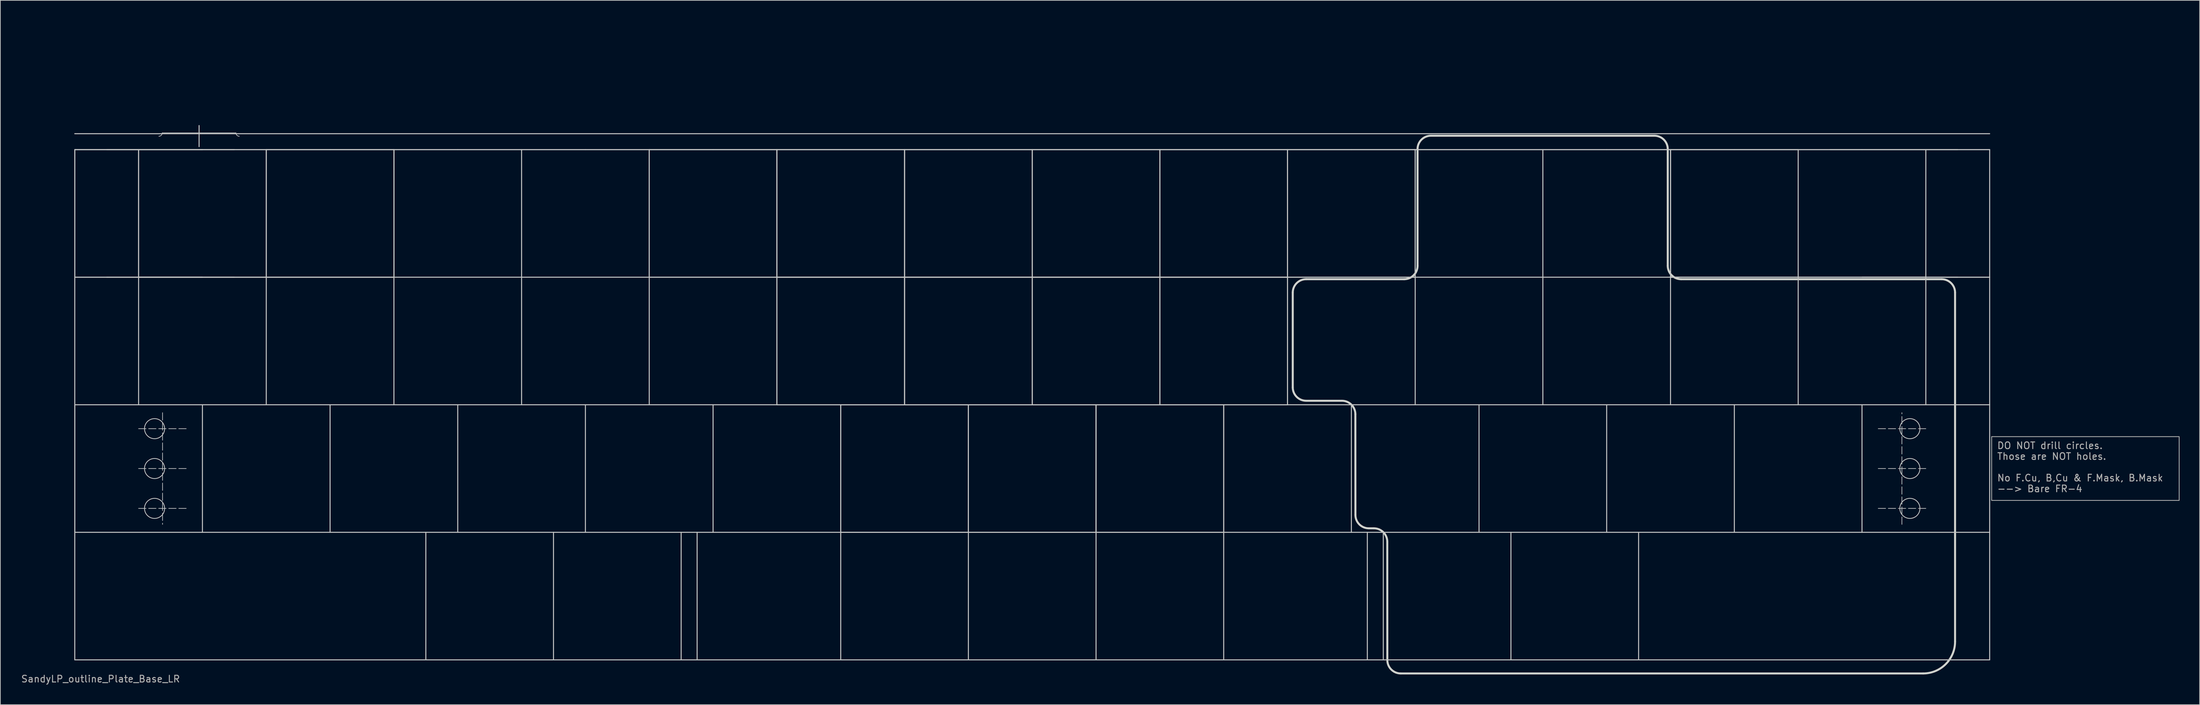
<source format=kicad_pcb>
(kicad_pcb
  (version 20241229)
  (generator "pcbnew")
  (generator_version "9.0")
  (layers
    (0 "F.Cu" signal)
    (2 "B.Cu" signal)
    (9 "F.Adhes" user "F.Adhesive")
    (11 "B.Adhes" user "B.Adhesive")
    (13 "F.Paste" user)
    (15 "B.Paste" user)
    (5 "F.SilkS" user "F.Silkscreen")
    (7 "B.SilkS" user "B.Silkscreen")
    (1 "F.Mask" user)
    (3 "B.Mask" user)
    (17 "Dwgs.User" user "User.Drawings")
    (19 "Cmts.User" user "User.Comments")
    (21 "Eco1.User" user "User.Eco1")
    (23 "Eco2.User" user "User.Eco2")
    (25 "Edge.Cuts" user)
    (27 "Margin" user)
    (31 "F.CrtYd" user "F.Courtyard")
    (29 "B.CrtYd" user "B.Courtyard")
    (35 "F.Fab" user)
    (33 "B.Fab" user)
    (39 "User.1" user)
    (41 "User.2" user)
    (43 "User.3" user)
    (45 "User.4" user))
  (footprint "SandyLP_outline_Plate_Base_LR"
    (layer "F.Cu")
    (at 8.108 0.25)
    (property "Reference" "SandyLP_outline_Plate_Base_LR" (at 3.85 98.1 0) (layer "F.Fab") (effects (font (size 1 1) (thickness 0.15))))
    (attr through_hole)
    (fp_circle (center 273.844 60.722) (end 275.344 60.722) (stroke (width 0.1) (type solid)) (fill yes) (layer "F.Mask"))
    (fp_circle (center 273.844 66.675) (end 275.344 66.675) (stroke (width 0.1) (type solid)) (fill yes) (layer "F.Mask"))
    (fp_circle (center 273.844 72.628) (end 275.344 72.628) (stroke (width 0.1) (type solid)) (fill yes) (layer "F.Mask"))
    (fp_circle (center 273.844 60.722) (end 275.344 60.722) (stroke (width 0.1) (type solid)) (fill yes) (layer "B.Mask"))
    (fp_circle (center 273.844 66.675) (end 275.344 66.675) (stroke (width 0.1) (type solid)) (fill yes) (layer "B.Mask"))
    (fp_circle (center 273.844 72.628) (end 275.344 72.628) (stroke (width 0.1) (type solid)) (fill yes) (layer "B.Mask"))
    (fp_line (start 0 19.05) (end 0 38.1) (stroke (width 0.15) (type solid)) (layer "Dwgs.User"))
    (fp_line (start 0 19.05) (end 0 38.1) (stroke (width 0.15) (type solid)) (layer "Dwgs.User"))
    (fp_line (start 0 38.1) (end 19.05 38.1) (stroke (width 0.15) (type solid)) (layer "Dwgs.User"))
    (fp_line (start 0 57.15) (end 0 38.1) (stroke (width 0.15) (type solid)) (layer "Dwgs.User"))
    (fp_line (start 0 57.15) (end 104.775 57.15) (stroke (width 0.15) (type solid)) (layer "Dwgs.User"))
    (fp_line (start 0 76.2) (end 0 57.15) (stroke (width 0.15) (type solid)) (layer "Dwgs.User"))
    (fp_line (start 0 76.2) (end 0 57.15) (stroke (width 0.15) (type solid)) (layer "Dwgs.User"))
    (fp_line (start 0 76.2) (end 0 95.25) (stroke (width 0.15) (type solid)) (layer "Dwgs.User"))
    (fp_line (start 0 95.25) (end 285.75 95.25) (stroke (width 0.15) (type solid)) (layer "Dwgs.User"))
    (fp_line (start 4.763 19.05) (end 23.812 19.05) (stroke (width 0.15) (type solid)) (layer "Dwgs.User"))
    (fp_line (start 9.525 38.1) (end 9.525 19.05) (stroke (width 0.15) (type solid)) (layer "Dwgs.User"))
    (fp_line (start 9.525 38.1) (end 9.525 19.05) (stroke (width 0.15) (type solid)) (layer "Dwgs.User"))
    (fp_line (start 9.525 38.1) (end 9.525 57.15) (stroke (width 0.15) (type solid)) (layer "Dwgs.User"))
    (fp_line (start 9.525 60.722) (end 16.669 60.722) (stroke (width 0.1) (type dash)) (layer "Dwgs.User"))
    (fp_line (start 9.525 66.675) (end 16.669 66.675) (stroke (width 0.1) (type dash)) (layer "Dwgs.User"))
    (fp_line (start 9.525 72.628) (end 16.669 72.628) (stroke (width 0.1) (type dash)) (layer "Dwgs.User"))
    (fp_line (start 13.05 16.55) (end 24.05 16.55) (stroke (width 0.1) (type solid)) (layer "Dwgs.User"))
    (fp_line (start 13.097 58.341) (end 13.097 75.009) (stroke (width 0.1) (type dash)) (layer "Dwgs.User"))
    (fp_line (start 18.55 15.45) (end 18.55 18.6) (stroke (width 0.15) (type solid)) (layer "Dwgs.User"))
    (fp_line (start 19.05 19.05) (end 0 19.05) (stroke (width 0.15) (type solid)) (layer "Dwgs.User"))
    (fp_line (start 19.05 19.05) (end 0 19.05) (stroke (width 0.15) (type solid)) (layer "Dwgs.User"))
    (fp_line (start 19.05 38.1) (end 0 38.1) (stroke (width 0.15) (type solid)) (layer "Dwgs.User"))
    (fp_line (start 19.05 57.15) (end 19.05 76.2) (stroke (width 0.15) (type solid)) (layer "Dwgs.User"))
    (fp_line (start 23.812 38.1) (end 4.763 38.1) (stroke (width 0.15) (type solid)) (layer "Dwgs.User"))
    (fp_line (start 28.575 19.05) (end 47.625 19.05) (stroke (width 0.15) (type solid)) (layer "Dwgs.User"))
    (fp_line (start 28.575 38.1) (end 9.525 38.1) (stroke (width 0.15) (type solid)) (layer "Dwgs.User"))
    (fp_line (start 28.575 38.1) (end 9.525 38.1) (stroke (width 0.15) (type solid)) (layer "Dwgs.User"))
    (fp_line (start 28.575 38.1) (end 9.525 38.1) (stroke (width 0.15) (type solid)) (layer "Dwgs.User"))
    (fp_line (start 28.575 38.1) (end 28.575 19.05) (stroke (width 0.15) (type solid)) (layer "Dwgs.User"))
    (fp_line (start 28.575 38.1) (end 28.575 19.05) (stroke (width 0.15) (type solid)) (layer "Dwgs.User"))
    (fp_line (start 28.575 38.1) (end 28.575 57.15) (stroke (width 0.15) (type solid)) (layer "Dwgs.User"))
    (fp_line (start 38.1 19.05) (end 19.05 19.05) (stroke (width 0.15) (type solid)) (layer "Dwgs.User"))
    (fp_line (start 38.1 57.15) (end 38.1 76.2) (stroke (width 0.15) (type solid)) (layer "Dwgs.User"))
    (fp_line (start 47.625 19.05) (end 47.625 38.1) (stroke (width 0.15) (type solid)) (layer "Dwgs.User"))
    (fp_line (start 47.625 19.05) (end 47.625 38.1) (stroke (width 0.15) (type solid)) (layer "Dwgs.User"))
    (fp_line (start 47.625 19.05) (end 47.625 38.1) (stroke (width 0.15) (type solid)) (layer "Dwgs.User"))
    (fp_line (start 47.625 38.1) (end 28.575 38.1) (stroke (width 0.15) (type solid)) (layer "Dwgs.User"))
    (fp_line (start 47.625 38.1) (end 28.575 38.1) (stroke (width 0.15) (type solid)) (layer "Dwgs.User"))
    (fp_line (start 47.625 38.1) (end 28.575 38.1) (stroke (width 0.15) (type solid)) (layer "Dwgs.User"))
    (fp_line (start 47.625 38.1) (end 47.625 57.15) (stroke (width 0.15) (type solid)) (layer "Dwgs.User"))
    (fp_line (start 47.625 38.1) (end 85.725 38.1) (stroke (width 0.15) (type solid)) (layer "Dwgs.User"))
    (fp_line (start 52.388 76.2) (end 52.388 95.25) (stroke (width 0.15) (type solid)) (layer "Dwgs.User"))
    (fp_line (start 57.15 19.05) (end 38.1 19.05) (stroke (width 0.15) (type solid)) (layer "Dwgs.User"))
    (fp_line (start 57.15 57.15) (end 57.15 76.2) (stroke (width 0.15) (type solid)) (layer "Dwgs.User"))
    (fp_line (start 66.675 19.05) (end 66.675 38.1) (stroke (width 0.15) (type solid)) (layer "Dwgs.User"))
    (fp_line (start 66.675 38.1) (end 66.675 57.15) (stroke (width 0.15) (type solid)) (layer "Dwgs.User"))
    (fp_line (start 71.438 76.2) (end 71.438 95.25) (stroke (width 0.15) (type solid)) (layer "Dwgs.User"))
    (fp_line (start 76.2 19.05) (end 57.15 19.05) (stroke (width 0.15) (type solid)) (layer "Dwgs.User"))
    (fp_line (start 76.2 57.15) (end 76.2 76.2) (stroke (width 0.15) (type solid)) (layer "Dwgs.User"))
    (fp_line (start 85.725 19.05) (end 104.775 19.05) (stroke (width 0.15) (type solid)) (layer "Dwgs.User"))
    (fp_line (start 85.725 38.1) (end 85.725 19.05) (stroke (width 0.15) (type solid)) (layer "Dwgs.User"))
    (fp_line (start 85.725 38.1) (end 85.725 19.05) (stroke (width 0.15) (type solid)) (layer "Dwgs.User"))
    (fp_line (start 85.725 38.1) (end 85.725 57.15) (stroke (width 0.15) (type solid)) (layer "Dwgs.User"))
    (fp_line (start 90.487 76.2) (end 90.487 95.25) (stroke (width 0.15) (type solid)) (layer "Dwgs.User"))
    (fp_line (start 92.869 76.2) (end 92.869 95.25) (stroke (width 0.15) (type solid)) (layer "Dwgs.User"))
    (fp_line (start 95.25 19.05) (end 76.2 19.05) (stroke (width 0.15) (type solid)) (layer "Dwgs.User"))
    (fp_line (start 95.25 57.15) (end 95.25 76.2) (stroke (width 0.15) (type solid)) (layer "Dwgs.User"))
    (fp_line (start 104.775 19.05) (end 104.775 38.1) (stroke (width 0.15) (type solid)) (layer "Dwgs.User"))
    (fp_line (start 104.775 19.05) (end 123.825 19.05) (stroke (width 0.15) (type solid)) (layer "Dwgs.User"))
    (fp_line (start 104.775 38.1) (end 85.725 38.1) (stroke (width 0.15) (type solid)) (layer "Dwgs.User"))
    (fp_line (start 104.775 38.1) (end 85.725 38.1) (stroke (width 0.15) (type solid)) (layer "Dwgs.User"))
    (fp_line (start 104.775 38.1) (end 104.775 19.05) (stroke (width 0.15) (type solid)) (layer "Dwgs.User"))
    (fp_line (start 104.775 38.1) (end 104.775 19.05) (stroke (width 0.15) (type solid)) (layer "Dwgs.User"))
    (fp_line (start 104.775 38.1) (end 123.825 38.1) (stroke (width 0.15) (type solid)) (layer "Dwgs.User"))
    (fp_line (start 104.775 38.1) (end 123.825 38.1) (stroke (width 0.15) (type solid)) (layer "Dwgs.User"))
    (fp_line (start 104.775 57.15) (end 104.775 38.1) (stroke (width 0.15) (type solid)) (layer "Dwgs.User"))
    (fp_line (start 104.775 57.15) (end 104.775 38.1) (stroke (width 0.15) (type solid)) (layer "Dwgs.User"))
    (fp_line (start 114.3 19.05) (end 95.25 19.05) (stroke (width 0.15) (type solid)) (layer "Dwgs.User"))
    (fp_line (start 114.3 57.15) (end 133.35 57.15) (stroke (width 0.15) (type solid)) (layer "Dwgs.User"))
    (fp_line (start 114.3 57.15) (end 133.35 57.15) (stroke (width 0.15) (type solid)) (layer "Dwgs.User"))
    (fp_line (start 114.3 76.2) (end 0 76.2) (stroke (width 0.15) (type solid)) (layer "Dwgs.User"))
    (fp_line (start 114.3 76.2) (end 114.3 57.15) (stroke (width 0.15) (type solid)) (layer "Dwgs.User"))
    (fp_line (start 114.3 76.2) (end 114.3 57.15) (stroke (width 0.15) (type solid)) (layer "Dwgs.User"))
    (fp_line (start 114.3 76.2) (end 114.3 95.25) (stroke (width 0.15) (type solid)) (layer "Dwgs.User"))
    (fp_line (start 114.3 76.2) (end 133.35 76.2) (stroke (width 0.15) (type solid)) (layer "Dwgs.User"))
    (fp_line (start 123.825 19.05) (end 123.825 38.1) (stroke (width 0.15) (type solid)) (layer "Dwgs.User"))
    (fp_line (start 123.825 19.05) (end 123.825 38.1) (stroke (width 0.15) (type solid)) (layer "Dwgs.User"))
    (fp_line (start 123.825 19.05) (end 142.875 19.05) (stroke (width 0.15) (type solid)) (layer "Dwgs.User"))
    (fp_line (start 123.825 38.1) (end 104.775 38.1) (stroke (width 0.15) (type solid)) (layer "Dwgs.User"))
    (fp_line (start 123.825 38.1) (end 104.775 38.1) (stroke (width 0.15) (type solid)) (layer "Dwgs.User"))
    (fp_line (start 123.825 38.1) (end 123.825 19.05) (stroke (width 0.15) (type solid)) (layer "Dwgs.User"))
    (fp_line (start 123.825 38.1) (end 123.825 57.15) (stroke (width 0.15) (type solid)) (layer "Dwgs.User"))
    (fp_line (start 123.825 38.1) (end 142.875 38.1) (stroke (width 0.15) (type solid)) (layer "Dwgs.User"))
    (fp_line (start 123.825 38.1) (end 142.875 38.1) (stroke (width 0.15) (type solid)) (layer "Dwgs.User"))
    (fp_line (start 123.825 57.15) (end 104.775 57.15) (stroke (width 0.15) (type solid)) (layer "Dwgs.User"))
    (fp_line (start 123.825 57.15) (end 104.775 57.15) (stroke (width 0.15) (type solid)) (layer "Dwgs.User"))
    (fp_line (start 123.825 57.15) (end 123.825 38.1) (stroke (width 0.15) (type solid)) (layer "Dwgs.User"))
    (fp_line (start 123.825 57.15) (end 123.825 38.1) (stroke (width 0.15) (type solid)) (layer "Dwgs.User"))
    (fp_line (start 133.35 19.05) (end 114.3 19.05) (stroke (width 0.15) (type solid)) (layer "Dwgs.User"))
    (fp_line (start 133.35 57.15) (end 133.35 76.2) (stroke (width 0.15) (type solid)) (layer "Dwgs.User"))
    (fp_line (start 133.35 57.15) (end 152.4 57.15) (stroke (width 0.15) (type solid)) (layer "Dwgs.User"))
    (fp_line (start 133.35 57.15) (end 152.4 57.15) (stroke (width 0.15) (type solid)) (layer "Dwgs.User"))
    (fp_line (start 133.35 76.2) (end 114.3 76.2) (stroke (width 0.15) (type solid)) (layer "Dwgs.User"))
    (fp_line (start 133.35 76.2) (end 114.3 76.2) (stroke (width 0.15) (type solid)) (layer "Dwgs.User"))
    (fp_line (start 133.35 76.2) (end 133.35 57.15) (stroke (width 0.15) (type solid)) (layer "Dwgs.User"))
    (fp_line (start 133.35 76.2) (end 133.35 57.15) (stroke (width 0.15) (type solid)) (layer "Dwgs.User"))
    (fp_line (start 133.35 76.2) (end 133.35 95.25) (stroke (width 0.15) (type solid)) (layer "Dwgs.User"))
    (fp_line (start 142.875 19.05) (end 142.875 38.1) (stroke (width 0.15) (type solid)) (layer "Dwgs.User"))
    (fp_line (start 142.875 19.05) (end 142.875 38.1) (stroke (width 0.15) (type solid)) (layer "Dwgs.User"))
    (fp_line (start 142.875 19.05) (end 161.925 19.05) (stroke (width 0.15) (type solid)) (layer "Dwgs.User"))
    (fp_line (start 142.875 38.1) (end 123.825 38.1) (stroke (width 0.15) (type solid)) (layer "Dwgs.User"))
    (fp_line (start 142.875 38.1) (end 123.825 38.1) (stroke (width 0.15) (type solid)) (layer "Dwgs.User"))
    (fp_line (start 142.875 38.1) (end 142.875 19.05) (stroke (width 0.15) (type solid)) (layer "Dwgs.User"))
    (fp_line (start 142.875 38.1) (end 142.875 57.15) (stroke (width 0.15) (type solid)) (layer "Dwgs.User"))
    (fp_line (start 142.875 38.1) (end 161.925 38.1) (stroke (width 0.15) (type solid)) (layer "Dwgs.User"))
    (fp_line (start 142.875 38.1) (end 161.925 38.1) (stroke (width 0.15) (type solid)) (layer "Dwgs.User"))
    (fp_line (start 142.875 57.15) (end 123.825 57.15) (stroke (width 0.15) (type solid)) (layer "Dwgs.User"))
    (fp_line (start 142.875 57.15) (end 123.825 57.15) (stroke (width 0.15) (type solid)) (layer "Dwgs.User"))
    (fp_line (start 142.875 57.15) (end 142.875 38.1) (stroke (width 0.15) (type solid)) (layer "Dwgs.User"))
    (fp_line (start 142.875 57.15) (end 142.875 38.1) (stroke (width 0.15) (type solid)) (layer "Dwgs.User"))
    (fp_line (start 152.4 19.05) (end 133.35 19.05) (stroke (width 0.15) (type solid)) (layer "Dwgs.User"))
    (fp_line (start 152.4 57.15) (end 152.4 76.2) (stroke (width 0.15) (type solid)) (layer "Dwgs.User"))
    (fp_line (start 152.4 57.15) (end 171.45 57.15) (stroke (width 0.15) (type solid)) (layer "Dwgs.User"))
    (fp_line (start 152.4 57.15) (end 171.45 57.15) (stroke (width 0.15) (type solid)) (layer "Dwgs.User"))
    (fp_line (start 152.4 76.2) (end 133.35 76.2) (stroke (width 0.15) (type solid)) (layer "Dwgs.User"))
    (fp_line (start 152.4 76.2) (end 133.35 76.2) (stroke (width 0.15) (type solid)) (layer "Dwgs.User"))
    (fp_line (start 152.4 76.2) (end 152.4 57.15) (stroke (width 0.15) (type solid)) (layer "Dwgs.User"))
    (fp_line (start 152.4 76.2) (end 152.4 57.15) (stroke (width 0.15) (type solid)) (layer "Dwgs.User"))
    (fp_line (start 152.4 76.2) (end 152.4 95.25) (stroke (width 0.15) (type solid)) (layer "Dwgs.User"))
    (fp_line (start 161.925 19.05) (end 161.925 38.1) (stroke (width 0.15) (type solid)) (layer "Dwgs.User"))
    (fp_line (start 161.925 19.05) (end 180.975 19.05) (stroke (width 0.15) (type solid)) (layer "Dwgs.User"))
    (fp_line (start 161.925 38.1) (end 142.875 38.1) (stroke (width 0.15) (type solid)) (layer "Dwgs.User"))
    (fp_line (start 161.925 38.1) (end 142.875 38.1) (stroke (width 0.15) (type solid)) (layer "Dwgs.User"))
    (fp_line (start 161.925 38.1) (end 161.925 19.05) (stroke (width 0.15) (type solid)) (layer "Dwgs.User"))
    (fp_line (start 161.925 38.1) (end 161.925 19.05) (stroke (width 0.15) (type solid)) (layer "Dwgs.User"))
    (fp_line (start 161.925 38.1) (end 161.925 57.15) (stroke (width 0.15) (type solid)) (layer "Dwgs.User"))
    (fp_line (start 161.925 38.1) (end 180.975 38.1) (stroke (width 0.15) (type solid)) (layer "Dwgs.User"))
    (fp_line (start 161.925 38.1) (end 180.975 38.1) (stroke (width 0.15) (type solid)) (layer "Dwgs.User"))
    (fp_line (start 161.925 57.15) (end 142.875 57.15) (stroke (width 0.15) (type solid)) (layer "Dwgs.User"))
    (fp_line (start 161.925 57.15) (end 142.875 57.15) (stroke (width 0.15) (type solid)) (layer "Dwgs.User"))
    (fp_line (start 161.925 57.15) (end 161.925 38.1) (stroke (width 0.15) (type solid)) (layer "Dwgs.User"))
    (fp_line (start 161.925 57.15) (end 161.925 38.1) (stroke (width 0.15) (type solid)) (layer "Dwgs.User"))
    (fp_line (start 171.45 19.05) (end 152.4 19.05) (stroke (width 0.15) (type solid)) (layer "Dwgs.User"))
    (fp_line (start 171.45 57.15) (end 171.45 76.2) (stroke (width 0.15) (type solid)) (layer "Dwgs.User"))
    (fp_line (start 171.45 57.15) (end 171.45 76.2) (stroke (width 0.15) (type solid)) (layer "Dwgs.User"))
    (fp_line (start 171.45 76.2) (end 152.4 76.2) (stroke (width 0.15) (type solid)) (layer "Dwgs.User"))
    (fp_line (start 171.45 76.2) (end 152.4 76.2) (stroke (width 0.15) (type solid)) (layer "Dwgs.User"))
    (fp_line (start 171.45 76.2) (end 171.45 95.25) (stroke (width 0.15) (type solid)) (layer "Dwgs.User"))
    (fp_line (start 171.45 76.2) (end 285.75 76.2) (stroke (width 0.15) (type solid)) (layer "Dwgs.User"))
    (fp_line (start 180.975 19.05) (end 180.975 38.1) (stroke (width 0.15) (type solid)) (layer "Dwgs.User"))
    (fp_line (start 180.975 19.05) (end 180.975 38.1) (stroke (width 0.15) (type solid)) (layer "Dwgs.User"))
    (fp_line (start 180.975 19.05) (end 200.025 19.05) (stroke (width 0.15) (type solid)) (layer "Dwgs.User"))
    (fp_line (start 180.975 38.1) (end 161.925 38.1) (stroke (width 0.15) (type solid)) (layer "Dwgs.User"))
    (fp_line (start 180.975 38.1) (end 161.925 38.1) (stroke (width 0.15) (type solid)) (layer "Dwgs.User"))
    (fp_line (start 180.975 38.1) (end 180.975 19.05) (stroke (width 0.15) (type solid)) (layer "Dwgs.User"))
    (fp_line (start 180.975 38.1) (end 180.975 57.15) (stroke (width 0.15) (type solid)) (layer "Dwgs.User"))
    (fp_line (start 180.975 38.1) (end 180.975 57.15) (stroke (width 0.15) (type solid)) (layer "Dwgs.User"))
    (fp_line (start 180.975 57.15) (end 161.925 57.15) (stroke (width 0.15) (type solid)) (layer "Dwgs.User"))
    (fp_line (start 180.975 57.15) (end 161.925 57.15) (stroke (width 0.15) (type solid)) (layer "Dwgs.User"))
    (fp_line (start 180.975 57.15) (end 285.75 57.15) (stroke (width 0.15) (type solid)) (layer "Dwgs.User"))
    (fp_line (start 190.5 19.05) (end 171.45 19.05) (stroke (width 0.15) (type solid)) (layer "Dwgs.User"))
    (fp_line (start 190.5 57.15) (end 190.5 76.2) (stroke (width 0.15) (type solid)) (layer "Dwgs.User"))
    (fp_line (start 192.881 76.2) (end 192.881 95.25) (stroke (width 0.15) (type solid)) (layer "Dwgs.User"))
    (fp_line (start 195.262 76.2) (end 195.262 95.25) (stroke (width 0.15) (type solid)) (layer "Dwgs.User"))
    (fp_line (start 200.025 19.05) (end 200.025 38.1) (stroke (width 0.15) (type solid)) (layer "Dwgs.User"))
    (fp_line (start 200.025 19.05) (end 200.025 38.1) (stroke (width 0.15) (type solid)) (layer "Dwgs.User"))
    (fp_line (start 200.025 38.1) (end 180.975 38.1) (stroke (width 0.15) (type solid)) (layer "Dwgs.User"))
    (fp_line (start 200.025 38.1) (end 180.975 38.1) (stroke (width 0.15) (type solid)) (layer "Dwgs.User"))
    (fp_line (start 200.025 38.1) (end 200.025 57.15) (stroke (width 0.15) (type solid)) (layer "Dwgs.User"))
    (fp_line (start 200.025 38.1) (end 238.125 38.1) (stroke (width 0.15) (type solid)) (layer "Dwgs.User"))
    (fp_line (start 209.55 19.05) (end 190.5 19.05) (stroke (width 0.15) (type solid)) (layer "Dwgs.User"))
    (fp_line (start 209.55 57.15) (end 209.55 76.2) (stroke (width 0.15) (type solid)) (layer "Dwgs.User"))
    (fp_line (start 214.312 76.2) (end 214.312 95.25) (stroke (width 0.15) (type solid)) (layer "Dwgs.User"))
    (fp_line (start 219.075 19.05) (end 219.075 38.1) (stroke (width 0.15) (type solid)) (layer "Dwgs.User"))
    (fp_line (start 219.075 38.1) (end 219.075 57.15) (stroke (width 0.15) (type solid)) (layer "Dwgs.User"))
    (fp_line (start 228.6 19.05) (end 209.55 19.05) (stroke (width 0.15) (type solid)) (layer "Dwgs.User"))
    (fp_line (start 228.6 57.15) (end 228.6 76.2) (stroke (width 0.15) (type solid)) (layer "Dwgs.User"))
    (fp_line (start 233.363 76.2) (end 233.363 95.25) (stroke (width 0.15) (type solid)) (layer "Dwgs.User"))
    (fp_line (start 238.125 19.05) (end 238.125 38.1) (stroke (width 0.15) (type solid)) (layer "Dwgs.User"))
    (fp_line (start 238.125 19.05) (end 257.175 19.05) (stroke (width 0.15) (type solid)) (layer "Dwgs.User"))
    (fp_line (start 238.125 38.1) (end 238.125 19.05) (stroke (width 0.15) (type solid)) (layer "Dwgs.User"))
    (fp_line (start 238.125 38.1) (end 238.125 19.05) (stroke (width 0.15) (type solid)) (layer "Dwgs.User"))
    (fp_line (start 238.125 38.1) (end 238.125 57.15) (stroke (width 0.15) (type solid)) (layer "Dwgs.User"))
    (fp_line (start 238.125 38.1) (end 257.175 38.1) (stroke (width 0.15) (type solid)) (layer "Dwgs.User"))
    (fp_line (start 247.65 19.05) (end 228.6 19.05) (stroke (width 0.15) (type solid)) (layer "Dwgs.User"))
    (fp_line (start 247.65 57.15) (end 247.65 76.2) (stroke (width 0.15) (type solid)) (layer "Dwgs.User"))
    (fp_line (start 257.175 19.05) (end 257.175 38.1) (stroke (width 0.15) (type solid)) (layer "Dwgs.User"))
    (fp_line (start 257.175 38.1) (end 238.125 38.1) (stroke (width 0.15) (type solid)) (layer "Dwgs.User"))
    (fp_line (start 257.175 38.1) (end 238.125 38.1) (stroke (width 0.15) (type solid)) (layer "Dwgs.User"))
    (fp_line (start 257.175 38.1) (end 257.175 57.15) (stroke (width 0.15) (type solid)) (layer "Dwgs.User"))
    (fp_line (start 257.175 38.1) (end 276.225 38.1) (stroke (width 0.15) (type solid)) (layer "Dwgs.User"))
    (fp_line (start 261.938 19.05) (end 280.988 19.05) (stroke (width 0.15) (type solid)) (layer "Dwgs.User"))
    (fp_line (start 266.7 19.05) (end 247.65 19.05) (stroke (width 0.15) (type solid)) (layer "Dwgs.User"))
    (fp_line (start 266.7 57.15) (end 266.7 76.2) (stroke (width 0.15) (type solid)) (layer "Dwgs.User"))
    (fp_line (start 272.653 75.009) (end 272.653 58.341) (stroke (width 0.1) (type dash)) (layer "Dwgs.User"))
    (fp_line (start 276.225 38.1) (end 257.175 38.1) (stroke (width 0.15) (type solid)) (layer "Dwgs.User"))
    (fp_line (start 276.225 38.1) (end 276.225 19.05) (stroke (width 0.15) (type solid)) (layer "Dwgs.User"))
    (fp_line (start 276.225 38.1) (end 276.225 57.15) (stroke (width 0.15) (type solid)) (layer "Dwgs.User"))
    (fp_line (start 276.225 60.722) (end 269.081 60.722) (stroke (width 0.1) (type dash)) (layer "Dwgs.User"))
    (fp_line (start 276.225 66.675) (end 269.081 66.675) (stroke (width 0.1) (type dash)) (layer "Dwgs.User"))
    (fp_line (start 276.225 72.628) (end 269.081 72.628) (stroke (width 0.1) (type dash)) (layer "Dwgs.User"))
    (fp_line (start 280.988 38.1) (end 257.175 38.1) (stroke (width 0.15) (type solid)) (layer "Dwgs.User"))
    (fp_line (start 285.75 16.669) (end 0 16.669) (stroke (width 0.15) (type solid)) (layer "Dwgs.User"))
    (fp_line (start 285.75 19.05) (end 0 19.05) (stroke (width 0.15) (type solid)) (layer "Dwgs.User"))
    (fp_line (start 285.75 19.05) (end 266.7 19.05) (stroke (width 0.15) (type solid)) (layer "Dwgs.User"))
    (fp_line (start 285.75 19.05) (end 285.75 38.1) (stroke (width 0.15) (type solid)) (layer "Dwgs.User"))
    (fp_line (start 285.75 38.1) (end 266.7 38.1) (stroke (width 0.15) (type solid)) (layer "Dwgs.User"))
    (fp_line (start 285.75 38.1) (end 266.7 38.1) (stroke (width 0.15) (type solid)) (layer "Dwgs.User"))
    (fp_line (start 285.75 38.1) (end 285.75 57.15) (stroke (width 0.15) (type solid)) (layer "Dwgs.User"))
    (fp_line (start 285.75 57.15) (end 285.75 76.2) (stroke (width 0.15) (type solid)) (layer "Dwgs.User"))
    (fp_line (start 285.75 95.25) (end 285.75 76.2) (stroke (width 0.15) (type solid)) (layer "Dwgs.User"))
    (fp_arc (start 13.05 16.55) (mid 12.903553 16.903553) (end 12.55 17.05) (stroke (width 0.1) (type solid)) (layer "Dwgs.User"))
    (fp_arc (start 24.55 17.05) (mid 24.196447 16.903553) (end 24.05 16.55) (stroke (width 0.1) (type solid)) (layer "Dwgs.User"))
    (fp_circle (center 11.906 60.722) (end 13.406 60.722) (stroke (width 0.12) (type default)) (fill no) (layer "Dwgs.User"))
    (fp_circle (center 11.906 66.675) (end 13.406 66.675) (stroke (width 0.12) (type default)) (fill no) (layer "Dwgs.User"))
    (fp_circle (center 11.906 72.628) (end 13.406 72.628) (stroke (width 0.12) (type default)) (fill no) (layer "Dwgs.User"))
    (fp_circle (center 273.844 60.722) (end 275.344 60.722) (stroke (width 0.12) (type default)) (fill no) (layer "Dwgs.User"))
    (fp_circle (center 273.844 66.675) (end 275.344 66.675) (stroke (width 0.12) (type default)) (fill no) (layer "Dwgs.User"))
    (fp_circle (center 273.844 72.628) (end 275.344 72.628) (stroke (width 0.12) (type default)) (fill no) (layer "Dwgs.User"))
    (fp_arc (start 88.34 37.54996) (mid 86.925778 36.964175) (end 86.34 35.54996) (stroke (width 0.3) (type solid)) (layer "Eco1.User"))
    (fp_line (start 5.013 35.786) (end 5.013 21.731) (stroke (width 0.3) (type solid)) (layer "Eco2.User"))
    (fp_line (start 7.013 37.786) (end 45.3 37.8) (stroke (width 0.3) (type solid)) (layer "Eco2.User"))
    (fp_line (start 9.775 16.969) (end 45.31 16.969) (stroke (width 0.3) (type solid)) (layer "Eco2.User"))
    (fp_line (start 47.3 35.8) (end 47.31 18.969) (stroke (width 0.3) (type solid)) (layer "Eco2.User"))
    (fp_line (start 86.34 35.55) (end 86.34 18.969) (stroke (width 0.3) (type solid)) (layer "Eco2.User"))
    (fp_line (start 88.34 37.55) (end 103.4 37.55) (stroke (width 0.3) (type solid)) (layer "Eco2.User"))
    (fp_line (start 91.083 78.795) (end 91.083 95.281) (stroke (width 0.3) (type solid)) (layer "Eco2.User"))
    (fp_line (start 93.083 76.795) (end 93.845 76.795) (stroke (width 0.3) (type solid)) (layer "Eco2.User"))
    (fp_line (start 95.845 59.45) (end 95.845 74.795) (stroke (width 0.3) (type solid)) (layer "Eco2.User"))
    (fp_line (start 97.845 57.45) (end 111.472 57.45) (stroke (width 0.3) (type solid)) (layer "Eco2.User"))
    (fp_line (start 105.4 54.55) (end 105.4 39.55) (stroke (width 0.3) (type solid)) (layer "Eco2.User"))
    (fp_line (start 107.4 56.55) (end 112.925 56.55) (stroke (width 0.3) (type solid)) (layer "Eco2.User"))
    (fp_line (start 113.472 59.45) (end 113.472 74.2) (stroke (width 0.3) (type solid)) (layer "Eco2.User"))
    (fp_line (start 114.925 73.625) (end 114.925 58.55) (stroke (width 0.3) (type solid)) (layer "Eco2.User"))
    (fp_line (start 116.925 75.625) (end 168.85 75.621) (stroke (width 0.3) (type solid)) (layer "Eco2.User"))
    (fp_line (start 170.228 76.2) (end 115.472 76.2) (stroke (width 0.3) (type solid)) (layer "Eco2.User"))
    (fp_line (start 170.85 73.621) (end 170.85 58.489) (stroke (width 0.3) (type solid)) (layer "Eco2.User"))
    (fp_line (start 172.228 59.45) (end 172.228 74.2) (stroke (width 0.3) (type solid)) (layer "Eco2.User"))
    (fp_line (start 172.85 56.489) (end 178.35 56.479) (stroke (width 0.3) (type solid)) (layer "Eco2.User"))
    (fp_line (start 180.35 54.479) (end 180.35 39.472) (stroke (width 0.3) (type solid)) (layer "Eco2.User"))
    (fp_line (start 182.35 37.472) (end 197.43 37.462) (stroke (width 0.3) (type solid)) (layer "Eco2.User"))
    (fp_line (start 187.905 57.45) (end 174.228 57.45) (stroke (width 0.3) (type solid)) (layer "Eco2.User"))
    (fp_line (start 189.905 59.45) (end 189.905 74.795) (stroke (width 0.3) (type solid)) (layer "Eco2.User"))
    (fp_line (start 192.667 76.795) (end 191.905 76.795) (stroke (width 0.3) (type solid)) (layer "Eco2.User"))
    (fp_line (start 192.667 97.281) (end 93.083 97.281) (stroke (width 0.3) (type solid)) (layer "Eco2.User"))
    (fp_line (start 194.667 78.795) (end 194.667 95.281) (stroke (width 0.3) (type solid)) (layer "Eco2.User"))
    (fp_line (start 197.43 16.969) (end 88.34 16.969) (stroke (width 0.3) (type solid)) (layer "Eco2.User"))
    (fp_line (start 199.43 35.462) (end 199.43 18.969) (stroke (width 0.3) (type solid)) (layer "Eco2.User"))
    (fp_line (start 238.45 35.8) (end 238.44 18.969) (stroke (width 0.3) (type solid)) (layer "Eco2.User"))
    (fp_line (start 275.975 16.969) (end 240.44 16.969) (stroke (width 0.3) (type solid)) (layer "Eco2.User"))
    (fp_line (start 278.738 37.786) (end 240.45 37.8) (stroke (width 0.3) (type solid)) (layer "Eco2.User"))
    (fp_line (start 280.738 35.786) (end 280.738 21.731) (stroke (width 0.3) (type solid)) (layer "Eco2.User"))
    (fp_arc (start 5.0125 21.73121) (mid 6.407406 18.363617) (end 9.775 16.96871) (stroke (width 0.3) (type default)) (layer "Eco2.User"))
    (fp_arc (start 7.0125 37.785786) (mid 5.598304 37.199997) (end 5.0125 35.785786) (stroke (width 0.3) (type solid)) (layer "Eco2.User"))
    (fp_arc (start 45.31 16.96871) (mid 46.724222 17.554495) (end 47.31 18.96871) (stroke (width 0.3) (type solid)) (layer "Eco2.User"))
    (fp_arc (start 47.3 35.8) (mid 46.714226 37.214236) (end 45.3 37.8) (stroke (width 0.3) (type solid)) (layer "Eco2.User"))
    (fp_arc (start 86.34 18.96871) (mid 86.925789 17.554477) (end 88.34 16.96871) (stroke (width 0.3) (type solid)) (layer "Eco2.User"))
    (fp_arc (start 88.34 37.54996) (mid 86.925807 36.964146) (end 86.34 35.54996) (stroke (width 0.3) (type solid)) (layer "Eco2.User"))
    (fp_arc (start 91.082893 78.795377) (mid 91.66866 77.381144) (end 93.082893 76.795377) (stroke (width 0.3) (type solid)) (layer "Eco2.User"))
    (fp_arc (start 93.082893 97.28121) (mid 91.66871 96.695393) (end 91.082893 95.28121) (stroke (width 0.3) (type solid)) (layer "Eco2.User"))
    (fp_arc (start 95.845393 59.44996) (mid 96.431177 58.035744) (end 97.845393 57.44996) (stroke (width 0.3) (type solid)) (layer "Eco2.User"))
    (fp_arc (start 95.845393 74.795377) (mid 95.259588 76.209572) (end 93.845393 76.795377) (stroke (width 0.3) (type solid)) (layer "Eco2.User"))
    (fp_arc (start 103.4 37.54996) (mid 104.814205 38.135748) (end 105.4 39.54996) (stroke (width 0.3) (type solid)) (layer "Eco2.User"))
    (fp_arc (start 107.4 56.54996) (mid 105.985778 55.964175) (end 105.4 54.54996) (stroke (width 0.3) (type solid)) (layer "Eco2.User"))
    (fp_arc (start 111.471875 57.44996) (mid 112.886109 58.035726) (end 113.471875 59.44996) (stroke (width 0.3) (type solid)) (layer "Eco2.User"))
    (fp_arc (start 112.925 56.54996) (mid 114.339205 57.135748) (end 114.925 58.54996) (stroke (width 0.3) (type solid)) (layer "Eco2.User"))
    (fp_arc (start 115.471875 76.2) (mid 114.057674 75.614201) (end 113.471875 74.2) (stroke (width 0.3) (type solid)) (layer "Eco2.User"))
    (fp_arc (start 116.925 75.62496) (mid 115.510778 75.039175) (end 114.925 73.62496) (stroke (width 0.3) (type solid)) (layer "Eco2.User"))
    (fp_arc (start 170.85 58.489174) (mid 171.435808 57.075) (end 172.85 56.489174) (stroke (width 0.3) (type solid)) (layer "Eco2.User"))
    (fp_arc (start 170.85 73.620746) (mid 170.26418 75.034923) (end 168.85 75.620746) (stroke (width 0.3) (type solid)) (layer "Eco2.User"))
    (fp_arc (start 172.228125 59.44996) (mid 172.813938 58.035775) (end 174.228125 57.44996) (stroke (width 0.3) (type solid)) (layer "Eco2.User"))
    (fp_arc (start 172.228125 74.2) (mid 171.64234 75.614222) (end 170.228125 76.200025) (stroke (width 0.3) (type solid)) (layer "Eco2.User"))
    (fp_arc (start 180.35 39.471532) (mid 180.935758 38.057291) (end 182.35 37.471532) (stroke (width 0.3) (type solid)) (layer "Eco2.User"))
    (fp_arc (start 180.35 54.479174) (mid 179.764235 55.893427) (end 178.35 56.479174) (stroke (width 0.3) (type solid)) (layer "Eco2.User"))
    (fp_arc (start 187.904689 57.449896) (mid 189.318882 58.035708) (end 189.904689 59.449896) (stroke (width 0.3) (type solid)) (layer "Eco2.User"))
    (fp_arc (start 191.904689 76.795313) (mid 190.490507 76.209494) (end 189.904689 74.795313) (stroke (width 0.3) (type solid)) (layer "Eco2.User"))
    (fp_arc (start 192.667189 76.795313) (mid 194.081376 77.381126) (end 194.667189 78.795313) (stroke (width 0.3) (type solid)) (layer "Eco2.User"))
    (fp_arc (start 194.667351 95.28121) (mid 194.081587 96.695429) (end 192.667351 97.28121) (stroke (width 0.3) (type solid)) (layer "Eco2.User"))
    (fp_arc (start 197.43 16.96871) (mid 198.844222 17.554495) (end 199.43 18.96871) (stroke (width 0.3) (type solid)) (layer "Eco2.User"))
    (fp_arc (start 199.43 35.461532) (mid 198.844185 36.875718) (end 197.43 37.461532) (stroke (width 0.3) (type solid)) (layer "Eco2.User"))
    (fp_arc (start 238.44 18.96871) (mid 239.025789 17.554477) (end 240.44 16.96871) (stroke (width 0.3) (type solid)) (layer "Eco2.User"))
    (fp_arc (start 240.45 37.8) (mid 239.035763 37.214218) (end 238.45 35.8) (stroke (width 0.3) (type solid)) (layer "Eco2.User"))
    (fp_arc (start 275.975 16.96871) (mid 279.342605 18.363612) (end 280.7375 21.73121) (stroke (width 0.3) (type default)) (layer "Eco2.User"))
    (fp_arc (start 280.7375 35.785786) (mid 280.151725 37.199996) (end 278.7375 37.785786) (stroke (width 0.3) (type solid)) (layer "Eco2.User"))
    (fp_line (start 181.753 40.4) (end 181.753 54.555) (stroke (width 0.3) (type solid)) (layer "Edge.Cuts"))
    (fp_line (start 189.095 56.555) (end 183.753 56.555) (stroke (width 0.3) (type solid)) (layer "Edge.Cuts"))
    (fp_line (start 191.095 58.555) (end 191.105 73.605) (stroke (width 0.3) (type solid)) (layer "Edge.Cuts"))
    (fp_line (start 193.858 75.605) (end 193.105 75.605) (stroke (width 0.3) (type solid)) (layer "Edge.Cuts"))
    (fp_line (start 195.858 77.605) (end 195.867 95.281) (stroke (width 0.3) (type solid)) (layer "Edge.Cuts"))
    (fp_line (start 198.375 38.4) (end 183.753 38.4) (stroke (width 0.3) (type solid)) (layer "Edge.Cuts"))
    (fp_line (start 200.375 18.969) (end 200.375 36.4) (stroke (width 0.3) (type solid)) (layer "Edge.Cuts"))
    (fp_line (start 235.713 16.969) (end 202.375 16.969) (stroke (width 0.3) (type solid)) (layer "Edge.Cuts"))
    (fp_line (start 237.713 18.969) (end 237.713 36.4) (stroke (width 0.3) (type solid)) (layer "Edge.Cuts"))
    (fp_line (start 275.825 97.281) (end 197.867 97.281) (stroke (width 0.3) (type solid)) (layer "Edge.Cuts"))
    (fp_line (start 278.587 38.4) (end 239.713 38.4) (stroke (width 0.3) (type solid)) (layer "Edge.Cuts"))
    (fp_line (start 280.587 40.4) (end 280.587 92.519) (stroke (width 0.3) (type solid)) (layer "Edge.Cuts"))
    (fp_arc (start 181.753125 40.39996) (mid 182.338911 38.985745) (end 183.753125 38.39996) (stroke (width 0.3) (type solid)) (layer "Edge.Cuts"))
    (fp_arc (start 183.753125 56.554735) (mid 182.338877 55.968964) (end 181.753125 54.554735) (stroke (width 0.3) (type solid)) (layer "Edge.Cuts"))
    (fp_arc (start 189.095313 56.554735) (mid 190.509492 57.140537) (end 191.095313 58.554735) (stroke (width 0.3) (type solid)) (layer "Edge.Cuts"))
    (fp_arc (start 193.104848 75.604687) (mid 191.690626 75.018902) (end 191.104848 73.604687) (stroke (width 0.3) (type solid)) (layer "Edge.Cuts"))
    (fp_arc (start 193.857813 75.604687) (mid 195.272001 76.190499) (end 195.857813 77.604687) (stroke (width 0.3) (type solid)) (layer "Edge.Cuts"))
    (fp_arc (start 197.867348 97.28121) (mid 196.453129 96.695429) (end 195.867348 95.28121) (stroke (width 0.3) (type solid)) (layer "Edge.Cuts"))
    (fp_arc (start 200.375 18.96871) (mid 200.960801 17.554522) (end 202.375 16.96871) (stroke (width 0.3) (type solid)) (layer "Edge.Cuts"))
    (fp_arc (start 200.375 36.39996) (mid 199.789214 37.814174) (end 198.375 38.39996) (stroke (width 0.3) (type solid)) (layer "Edge.Cuts"))
    (fp_arc (start 235.7125 16.96871) (mid 237.126728 17.554494) (end 237.7125 18.96871) (stroke (width 0.3) (type solid)) (layer "Edge.Cuts"))
    (fp_arc (start 239.7125 38.39996) (mid 238.298295 37.814165) (end 237.7125 36.39996) (stroke (width 0.3) (type solid)) (layer "Edge.Cuts"))
    (fp_arc (start 278.5875 38.39996) (mid 280.001692 38.98575) (end 280.5875 40.39996) (stroke (width 0.3) (type solid)) (layer "Edge.Cuts"))
    (fp_arc (start 280.5875 92.51871) (mid 279.192591 95.886301) (end 275.825 97.28121) (stroke (width 0.3) (type default)) (layer "Edge.Cuts"))
    (fp_text_box "DO NOT drill circles.\nThose are NOT holes.\n\nNo F.Cu, B,Cu & F.Mask, B.Mask\n--> Bare FR-4" (start 286.048 61.913) (end 314.028 71.438) (margins 0.81 0.81 0.81 0.81) (layer "F.Fab") (effects (font (size 1 1) (thickness 0.15)) (justify left top)) (border yes) (stroke (width 0.12) (type solid)))
    (zone (net_name "") (layers "F.Cu" "B.Cu") (hatch edge 0.5) (connect_pads) (min_thickness 0.25) (filled_areas_thickness no) (keepout (tracks not_allowed) (vias not_allowed) (pads not_allowed) (copperpour not_allowed) (footprints allowed)) (placement (enabled no)) (fill) (polygon (pts (xy 283.452 60.972) (xy 283.432 60.725) (xy 283.371 60.485) (xy 283.272 60.258) (xy 283.136 60.051) (xy 282.968 59.868) (xy 282.773 59.716) (xy 282.555 59.598) (xy 282.321 59.518) (xy 282.076 59.477) (xy 281.828 59.477) (xy 281.584 59.518) (xy 281.35 59.598) (xy 281.132 59.716) (xy 280.936 59.868) (xy 280.769 60.051) (xy 280.633 60.258) (xy 280.534 60.485) (xy 280.473 60.725) (xy 280.452 60.972) (xy 280.473 61.219) (xy 280.534 61.459) (xy 280.633 61.686) (xy 280.769 61.893) (xy 280.936 62.076) (xy 281.132 62.228) (xy 281.35 62.346) (xy 281.584 62.426) (xy 281.828 62.467) (xy 282.076 62.467) (xy 282.321 62.426) (xy 282.555 62.346) (xy 282.773 62.228) (xy 282.968 62.076) (xy 283.136 61.893) (xy 283.272 61.686) (xy 283.371 61.459) (xy 283.432 61.219))))
    (zone (net_name "") (layers "F.Cu" "B.Cu") (hatch edge 0.5) (connect_pads) (min_thickness 0.25) (filled_areas_thickness no) (keepout (tracks not_allowed) (vias not_allowed) (pads not_allowed) (copperpour not_allowed) (footprints allowed)) (placement (enabled no)) (fill) (polygon (pts (xy 283.452 66.925) (xy 283.432 66.678) (xy 283.371 66.438) (xy 283.272 66.211) (xy 283.136 66.004) (xy 282.968 65.821) (xy 282.773 65.669) (xy 282.555 65.551) (xy 282.321 65.471) (xy 282.076 65.43) (xy 281.828 65.43) (xy 281.584 65.471) (xy 281.35 65.551) (xy 281.132 65.669) (xy 280.936 65.821) (xy 280.769 66.004) (xy 280.633 66.211) (xy 280.534 66.438) (xy 280.473 66.678) (xy 280.452 66.925) (xy 280.473 67.172) (xy 280.534 67.412) (xy 280.633 67.639) (xy 280.769 67.846) (xy 280.936 68.029) (xy 281.132 68.181) (xy 281.35 68.299) (xy 281.584 68.379) (xy 281.828 68.42) (xy 282.076 68.42) (xy 282.321 68.379) (xy 282.555 68.299) (xy 282.773 68.181) (xy 282.968 68.029) (xy 283.136 67.846) (xy 283.272 67.639) (xy 283.371 67.412) (xy 283.432 67.172))))
    (zone (net_name "") (layers "F.Cu" "B.Cu") (hatch edge 0.5) (connect_pads) (min_thickness 0.25) (filled_areas_thickness no) (keepout (tracks not_allowed) (vias not_allowed) (pads not_allowed) (copperpour not_allowed) (footprints allowed)) (placement (enabled no)) (fill) (polygon (pts (xy 283.452 72.878) (xy 283.432 72.631) (xy 283.371 72.391) (xy 283.272 72.164) (xy 283.136 71.957) (xy 282.968 71.775) (xy 282.773 71.622) (xy 282.555 71.505) (xy 282.321 71.424) (xy 282.076 71.383) (xy 281.828 71.383) (xy 281.584 71.424) (xy 281.35 71.505) (xy 281.132 71.622) (xy 280.936 71.775) (xy 280.769 71.957) (xy 280.633 72.164) (xy 280.534 72.391) (xy 280.473 72.631) (xy 280.452 72.878) (xy 280.473 73.125) (xy 280.534 73.365) (xy 280.633 73.592) (xy 280.769 73.8) (xy 280.936 73.982) (xy 281.132 74.134) (xy 281.35 74.252) (xy 281.584 74.332) (xy 281.828 74.373) (xy 282.076 74.373) (xy 282.321 74.332) (xy 282.555 74.252) (xy 282.773 74.134) (xy 282.968 73.982) (xy 283.136 73.8) (xy 283.272 73.592) (xy 283.371 73.365) (xy 283.432 73.125)))))
  (gr_rect
    (start -3 -3)
    (end 325.196 102.198)
    (stroke (width 0.1) (type default))
    (fill no)
    (layer "Edge.Cuts")))
</source>
